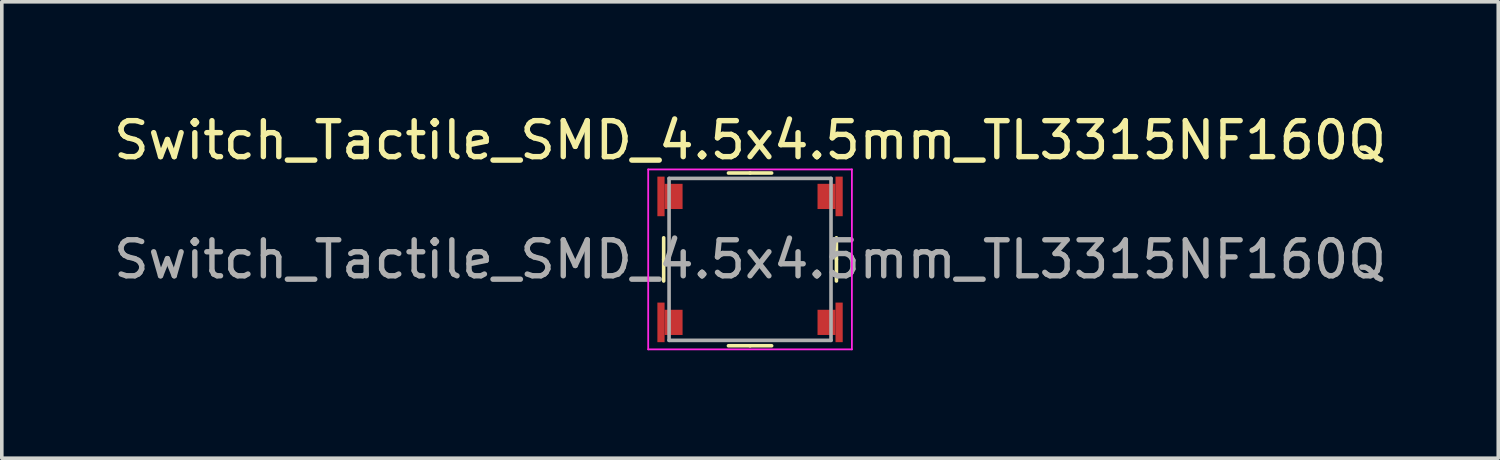
<source format=kicad_pcb>
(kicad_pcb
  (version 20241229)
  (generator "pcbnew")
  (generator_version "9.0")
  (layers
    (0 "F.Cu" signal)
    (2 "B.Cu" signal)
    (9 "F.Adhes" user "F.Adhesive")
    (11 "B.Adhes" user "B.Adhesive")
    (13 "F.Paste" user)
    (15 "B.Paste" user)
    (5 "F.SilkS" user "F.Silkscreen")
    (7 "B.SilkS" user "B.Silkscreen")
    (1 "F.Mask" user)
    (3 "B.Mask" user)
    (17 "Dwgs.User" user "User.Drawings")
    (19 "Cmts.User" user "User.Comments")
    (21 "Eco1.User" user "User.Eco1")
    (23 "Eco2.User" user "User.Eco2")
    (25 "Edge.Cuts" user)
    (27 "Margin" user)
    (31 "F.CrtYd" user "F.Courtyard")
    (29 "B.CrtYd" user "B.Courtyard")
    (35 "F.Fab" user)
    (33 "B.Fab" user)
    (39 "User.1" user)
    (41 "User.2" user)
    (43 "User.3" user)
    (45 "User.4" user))
  (footprint "Switch_Tactile_SMD_4.5x4.5mm_TL3315NF160Q"
    (layer "F.Cu")
    (at 17.792 4.158)
    (property "Reference" "Switch_Tactile_SMD_4.5x4.5mm_TL3315NF160Q" (at 0 -3.31 0) (layer "F.SilkS") (effects (font (size 1 1) (thickness 0.15))))
    (attr smd)
    (fp_line (start -2.4 0) (end -2.4 -0.6) (stroke (width 0.1) (type solid)) (layer "F.SilkS"))
    (fp_line (start -2.4 0) (end -2.4 0.6) (stroke (width 0.1) (type solid)) (layer "F.SilkS"))
    (fp_line (start 0 -2.4) (end -0.6 -2.4) (stroke (width 0.1) (type solid)) (layer "F.SilkS"))
    (fp_line (start 0 -2.4) (end 0.6 -2.4) (stroke (width 0.1) (type solid)) (layer "F.SilkS"))
    (fp_line (start 0 2.4) (end -0.6 2.4) (stroke (width 0.1) (type solid)) (layer "F.SilkS"))
    (fp_line (start 0 2.4) (end 0.6 2.4) (stroke (width 0.1) (type solid)) (layer "F.SilkS"))
    (fp_line (start 2.4 0) (end 2.4 -0.6) (stroke (width 0.1) (type solid)) (layer "F.SilkS"))
    (fp_line (start 2.4 0) (end 2.4 0.6) (stroke (width 0.1) (type solid)) (layer "F.SilkS"))
    (fp_line (start -2.83 -2.5) (end -2.83 2.5) (stroke (width 0.05) (type solid)) (layer "F.CrtYd"))
    (fp_line (start -2.83 -2.5) (end 2.83 -2.5) (stroke (width 0.05) (type solid)) (layer "F.CrtYd"))
    (fp_line (start -2.83 2.5) (end 2.83 2.5) (stroke (width 0.05) (type solid)) (layer "F.CrtYd"))
    (fp_line (start 2.83 -2.5) (end 2.83 2.5) (stroke (width 0.05) (type solid)) (layer "F.CrtYd"))
    (fp_line (start -2.25 2.25) (end -2.25 -2.25) (stroke (width 0.1) (type solid)) (layer "F.Fab"))
    (fp_line (start -2.25 2.25) (end 2.25 2.25) (stroke (width 0.1) (type solid)) (layer "F.Fab"))
    (fp_line (start 2.25 -2.25) (end -2.25 -2.25) (stroke (width 0.1) (type solid)) (layer "F.Fab"))
    (fp_line (start 2.25 2.25) (end 2.25 -2.25) (stroke (width 0.1) (type solid)) (layer "F.Fab"))
    (fp_text user "${REFERENCE}" (at 0 0 0) (layer "F.Fab") (effects (font (size 1 1) (thickness 0.15))))
    (pad "1" smd rect (at -2.475 -1.75) (size 0.2 1.1) (layers "F.Cu" "F.Mask" "F.Paste"))
    (pad "1" smd rect (at -2.125 -1.75) (size 0.5 0.7) (layers "F.Cu" "F.Mask" "F.Paste"))
    (pad "2" smd rect (at 2.125 -1.75) (size 0.5 0.7) (layers "F.Cu" "F.Mask" "F.Paste"))
    (pad "2" smd rect (at 2.475 -1.75) (size 0.2 1.1) (layers "F.Cu" "F.Mask" "F.Paste"))
    (pad "3" smd rect (at -2.475 1.75) (size 0.2 1.1) (layers "F.Cu" "F.Mask" "F.Paste"))
    (pad "3" smd rect (at -2.125 1.75) (size 0.5 0.7) (layers "F.Cu" "F.Mask" "F.Paste"))
    (pad "4" smd rect (at 2.125 1.75) (size 0.5 0.7) (layers "F.Cu" "F.Mask" "F.Paste"))
    (pad "4" smd rect (at 2.475 1.75) (size 0.2 1.1) (layers "F.Cu" "F.Mask" "F.Paste")))
  (gr_rect
    (start -3 -3)
    (end 38.583 9.683)
    (stroke (width 0.1) (type default))
    (fill no)
    (layer "Edge.Cuts")))
</source>
